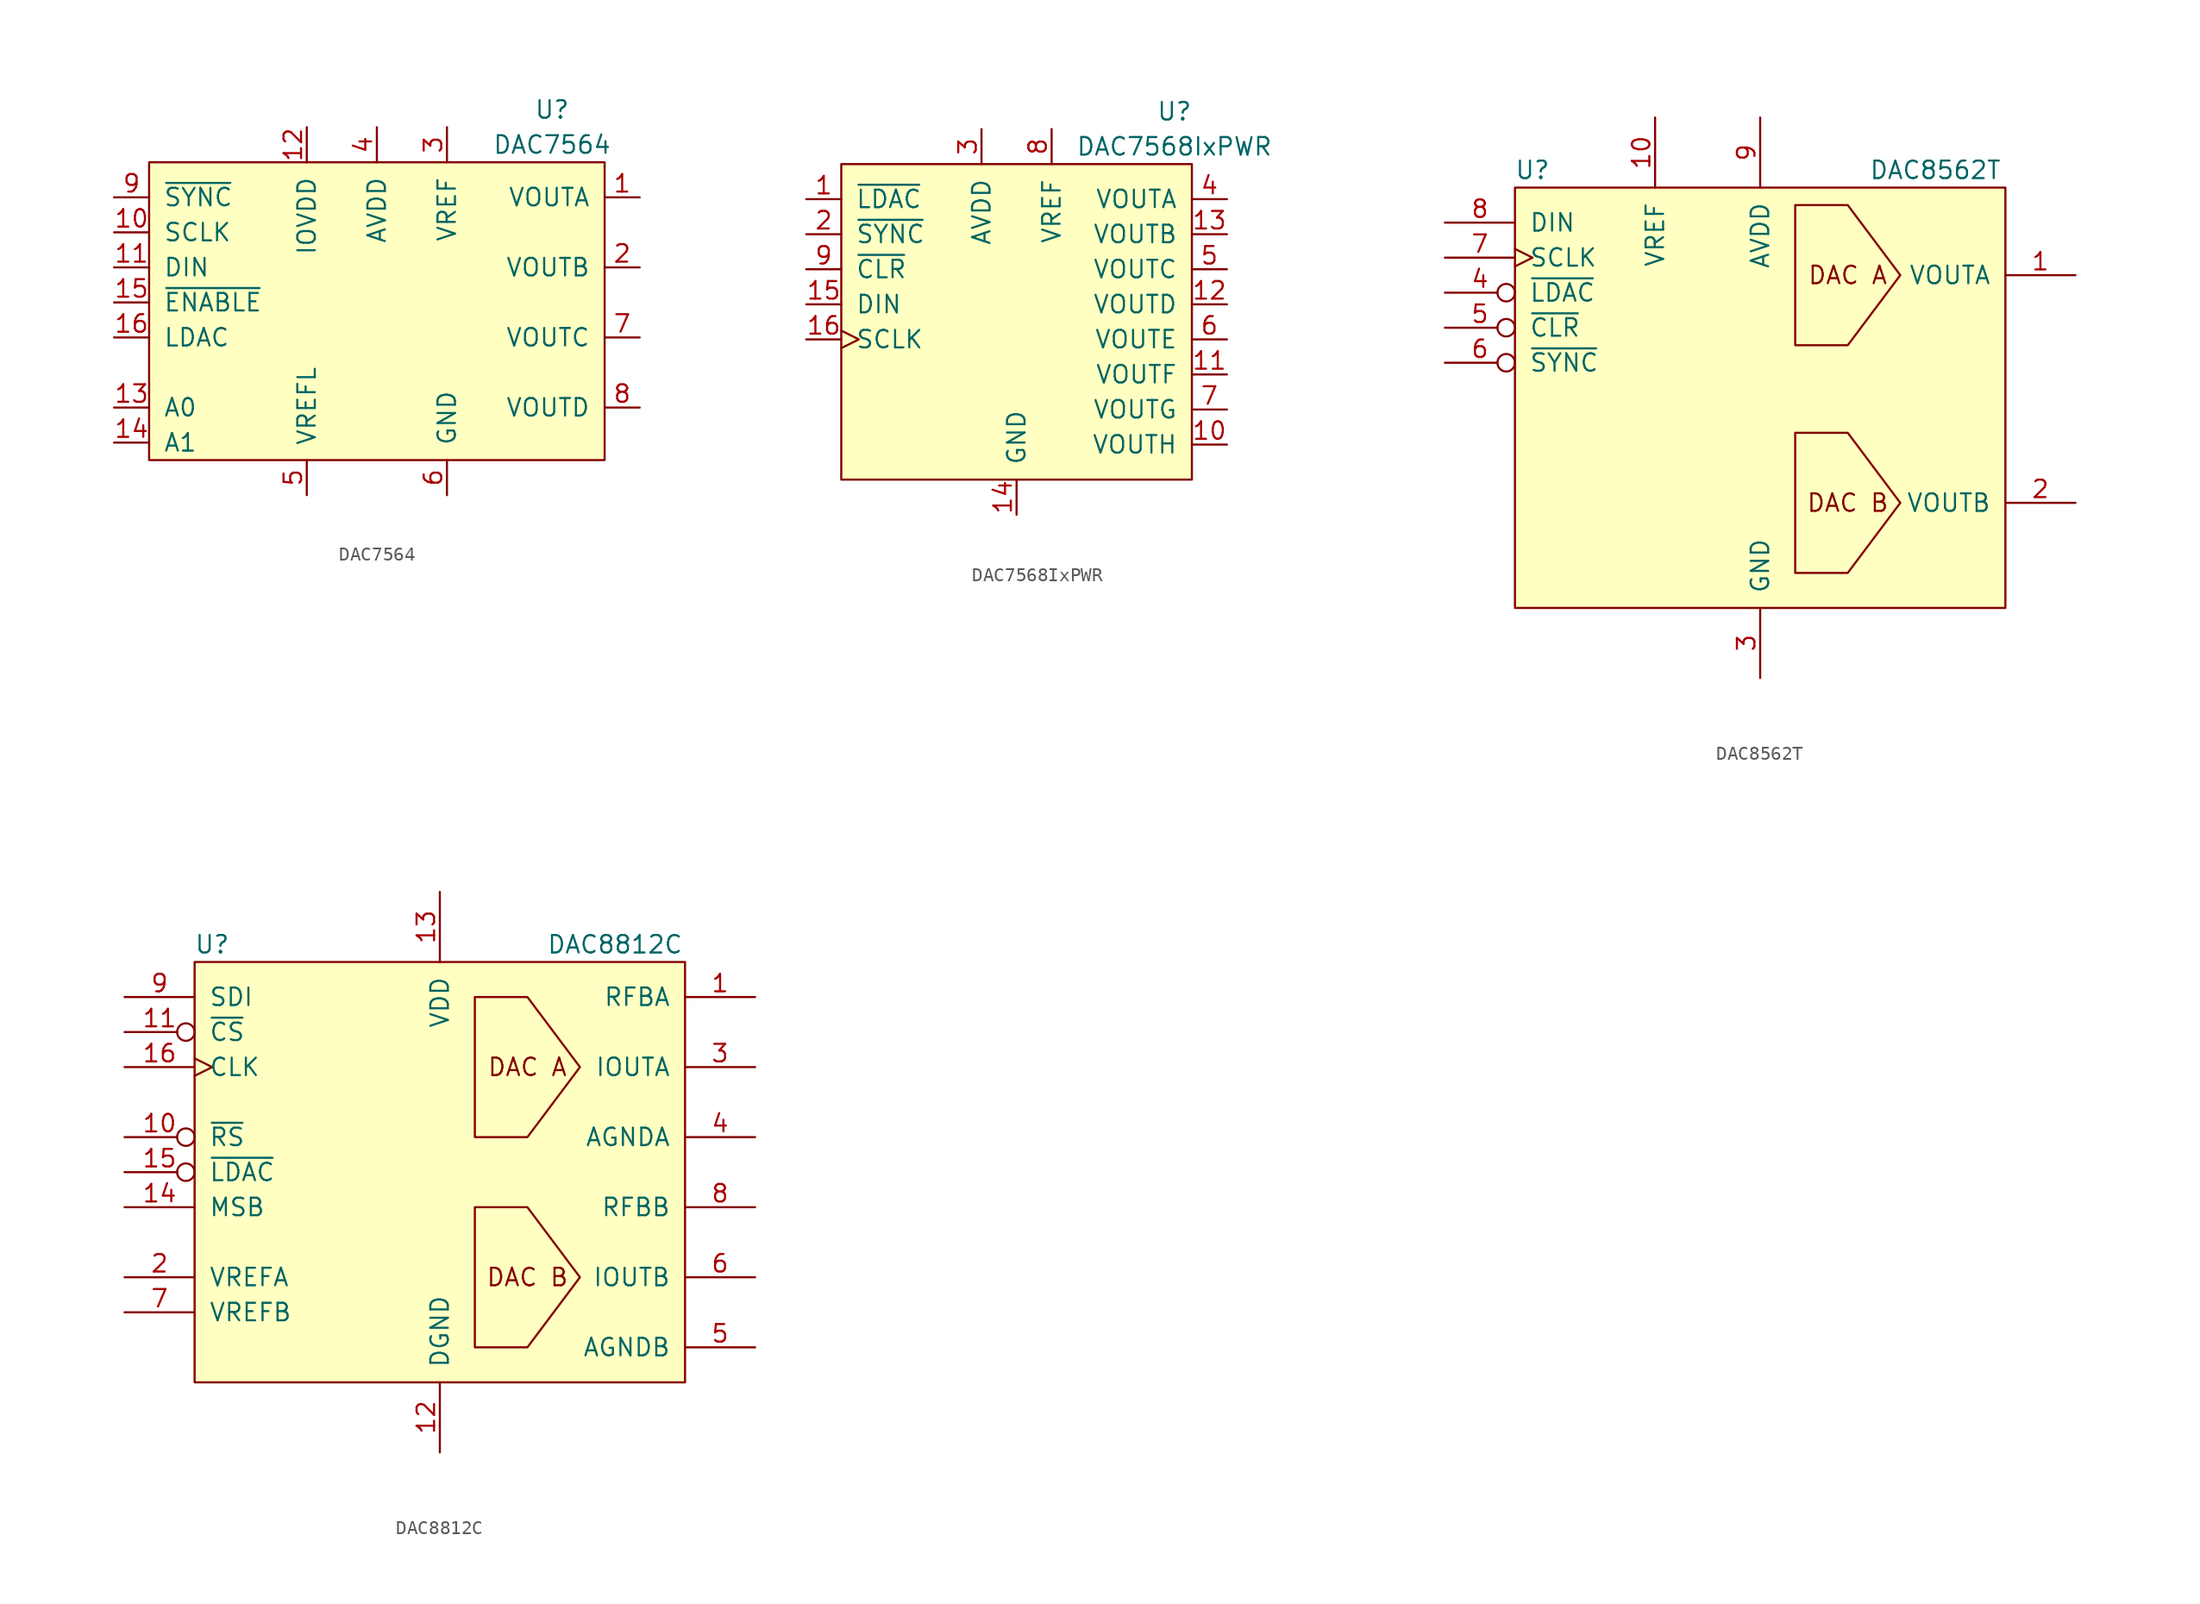
<source format=kicad_sym>
(kicad_symbol_lib
  (version 20220914)
  (generator kicad_symbol_editor)
  (symbol "DAC7564"
    (pin_names
      (offset 1.016))
    (property "Reference" "U"
      (at 12.7 15.24 0)
      (effects (font (size 1.27 1.27))))
    (property "Value" "DAC7564"
      (at 12.7 12.7 0)
      (effects (font (size 1.27 1.27))))
    (symbol "DAC7564_0_1"
      (rectangle (start -16.51 11.43) (end 16.51 -10.16) (stroke (width 0) (type default)) (fill (type background))))
    (symbol "DAC7564_1_1"
      (pin output line (at 19.05 8.89 180) (length 2.54) (name "VOUTA" (effects (font (size 1.27 1.27)))) (number "1" (effects (font (size 1.27 1.27)))))
      (pin input line (at -19.05 6.35 0) (length 2.54) (name "SCLK" (effects (font (size 1.27 1.27)))) (number "10" (effects (font (size 1.27 1.27)))))
      (pin input line (at -19.05 3.81 0) (length 2.54) (name "DIN" (effects (font (size 1.27 1.27)))) (number "11" (effects (font (size 1.27 1.27)))))
      (pin passive line (at -5.08 13.97 270) (length 2.54) (name "IOVDD" (effects (font (size 1.27 1.27)))) (number "12" (effects (font (size 1.27 1.27)))))
      (pin input line (at -19.05 -6.35 0) (length 2.54) (name "A0" (effects (font (size 1.27 1.27)))) (number "13" (effects (font (size 1.27 1.27)))))
      (pin input line (at -19.05 -8.89 0) (length 2.54) (name "A1" (effects (font (size 1.27 1.27)))) (number "14" (effects (font (size 1.27 1.27)))))
      (pin input line (at -19.05 1.27 0) (length 2.54) (name "~{ENABLE}" (effects (font (size 1.27 1.27)))) (number "15" (effects (font (size 1.27 1.27)))))
      (pin input line (at -19.05 -1.27 0) (length 2.54) (name "LDAC" (effects (font (size 1.27 1.27)))) (number "16" (effects (font (size 1.27 1.27)))))
      (pin output line (at 19.05 3.81 180) (length 2.54) (name "VOUTB" (effects (font (size 1.27 1.27)))) (number "2" (effects (font (size 1.27 1.27)))))
      (pin passive line (at 5.08 13.97 270) (length 2.54) (name "VREF" (effects (font (size 1.27 1.27)))) (number "3" (effects (font (size 1.27 1.27)))))
      (pin passive line (at 0 13.97 270) (length 2.54) (name "AVDD" (effects (font (size 1.27 1.27)))) (number "4" (effects (font (size 1.27 1.27)))))
      (pin passive line (at -5.08 -12.7 90) (length 2.54) (name "VREFL" (effects (font (size 1.27 1.27)))) (number "5" (effects (font (size 1.27 1.27)))))
      (pin passive line (at 5.08 -12.7 90) (length 2.54) (name "GND" (effects (font (size 1.27 1.27)))) (number "6" (effects (font (size 1.27 1.27)))))
      (pin output line (at 19.05 -1.27 180) (length 2.54) (name "VOUTC" (effects (font (size 1.27 1.27)))) (number "7" (effects (font (size 1.27 1.27)))))
      (pin output line (at 19.05 -6.35 180) (length 2.54) (name "VOUTD" (effects (font (size 1.27 1.27)))) (number "8" (effects (font (size 1.27 1.27)))))
      (pin input line (at -19.05 8.89 0) (length 2.54) (name "~{SYNC}" (effects (font (size 1.27 1.27)))) (number "9" (effects (font (size 1.27 1.27)))))))
  (symbol "DAC7568IxPWR"
    (pin_names
      (offset 1.016))
    (property "Reference" "U"
      (at 11.43 15.24 0)
      (effects (font (size 1.27 1.27))))
    (property "Value" "DAC7568IxPWR"
      (at 11.43 12.7 0)
      (effects (font (size 1.27 1.27))))
    (symbol "DAC7568IxPWR_0_1"
      (rectangle (start -12.7 11.43) (end 12.7 -11.43) (stroke (width 0) (type default)) (fill (type background))))
    (symbol "DAC7568IxPWR_1_1"
      (pin input line (at -15.24 8.89 0) (length 2.54) (name "~{LDAC}" (effects (font (size 1.27 1.27)))) (number "1" (effects (font (size 1.27 1.27)))))
      (pin output line (at 15.24 -8.89 180) (length 2.54) (name "VOUTH" (effects (font (size 1.27 1.27)))) (number "10" (effects (font (size 1.27 1.27)))))
      (pin output line (at 15.24 -3.81 180) (length 2.54) (name "VOUTF" (effects (font (size 1.27 1.27)))) (number "11" (effects (font (size 1.27 1.27)))))
      (pin output line (at 15.24 1.27 180) (length 2.54) (name "VOUTD" (effects (font (size 1.27 1.27)))) (number "12" (effects (font (size 1.27 1.27)))))
      (pin output line (at 15.24 6.35 180) (length 2.54) (name "VOUTB" (effects (font (size 1.27 1.27)))) (number "13" (effects (font (size 1.27 1.27)))))
      (pin passive line (at 0 -13.97 90) (length 2.54) (name "GND" (effects (font (size 1.27 1.27)))) (number "14" (effects (font (size 1.27 1.27)))))
      (pin input line (at -15.24 1.27 0) (length 2.54) (name "DIN" (effects (font (size 1.27 1.27)))) (number "15" (effects (font (size 1.27 1.27)))))
      (pin input clock (at -15.24 -1.27 0) (length 2.54) (name "SCLK" (effects (font (size 1.27 1.27)))) (number "16" (effects (font (size 1.27 1.27)))))
      (pin input line (at -15.24 6.35 0) (length 2.54) (name "~{SYNC}" (effects (font (size 1.27 1.27)))) (number "2" (effects (font (size 1.27 1.27)))))
      (pin passive line (at -2.54 13.97 270) (length 2.54) (name "AVDD" (effects (font (size 1.27 1.27)))) (number "3" (effects (font (size 1.27 1.27)))))
      (pin output line (at 15.24 8.89 180) (length 2.54) (name "VOUTA" (effects (font (size 1.27 1.27)))) (number "4" (effects (font (size 1.27 1.27)))))
      (pin output line (at 15.24 3.81 180) (length 2.54) (name "VOUTC" (effects (font (size 1.27 1.27)))) (number "5" (effects (font (size 1.27 1.27)))))
      (pin output line (at 15.24 -1.27 180) (length 2.54) (name "VOUTE" (effects (font (size 1.27 1.27)))) (number "6" (effects (font (size 1.27 1.27)))))
      (pin output line (at 15.24 -6.35 180) (length 2.54) (name "VOUTG" (effects (font (size 1.27 1.27)))) (number "7" (effects (font (size 1.27 1.27)))))
      (pin passive line (at 2.54 13.97 270) (length 2.54) (name "VREF" (effects (font (size 1.27 1.27)))) (number "8" (effects (font (size 1.27 1.27)))))
      (pin input line (at -15.24 3.81 0) (length 2.54) (name "~{CLR}" (effects (font (size 1.27 1.27)))) (number "9" (effects (font (size 1.27 1.27)))))))
  (symbol "DAC8562T"
    (pin_names
      (offset 1.016))
    (property "Reference" "U"
      (at -16.51 16.51 0)
      (effects (font (size 1.27 1.27))))
    (property "Value" "DAC8562T"
      (at 12.7 16.51 0)
      (effects (font (size 1.27 1.27))))
    (symbol "DAC8562T_1_1"
      (rectangle (start -17.78 15.24) (end 17.78 -15.24) (stroke (width 0) (type default)) (fill (type background)))
      (polyline (pts (xy 10.16 -7.62) (xy 6.35 -2.54) (xy 2.54 -2.54) (xy 2.54 -12.7) (xy 6.35 -12.7) (xy 10.16 -7.62)) (stroke (width 0) (type default)) (fill (type none)))
      (polyline (pts (xy 10.16 8.89) (xy 6.35 13.97) (xy 2.54 13.97) (xy 2.54 3.81) (xy 6.35 3.81) (xy 10.16 8.89)) (stroke (width 0) (type default)) (fill (type none)))
      (text "DAC A" (at 6.35 8.89 0) (effects (font (size 1.27 1.27))))
      (text "DAC B" (at 6.35 -7.62 0) (effects (font (size 1.27 1.27))))
      (pin output line (at 22.86 8.89 180) (length 5.08) (name "VOUTA" (effects (font (size 1.27 1.27)))) (number "1" (effects (font (size 1.27 1.27)))))
      (pin passive line (at -7.62 20.32 270) (length 5.08) (name "VREF" (effects (font (size 1.27 1.27)))) (number "10" (effects (font (size 1.27 1.27)))))
      (pin output line (at 22.86 -7.62 180) (length 5.08) (name "VOUTB" (effects (font (size 1.27 1.27)))) (number "2" (effects (font (size 1.27 1.27)))))
      (pin passive line (at 0 -20.32 90) (length 5.08) (name "GND" (effects (font (size 1.27 1.27)))) (number "3" (effects (font (size 1.27 1.27)))))
      (pin input inverted (at -22.86 7.62 0) (length 5.08) (name "~{LDAC}" (effects (font (size 1.27 1.27)))) (number "4" (effects (font (size 1.27 1.27)))))
      (pin input inverted (at -22.86 5.08 0) (length 5.08) (name "~{CLR}" (effects (font (size 1.27 1.27)))) (number "5" (effects (font (size 1.27 1.27)))))
      (pin input inverted (at -22.86 2.54 0) (length 5.08) (name "~{SYNC}" (effects (font (size 1.27 1.27)))) (number "6" (effects (font (size 1.27 1.27)))))
      (pin input clock (at -22.86 10.16 0) (length 5.08) (name "SCLK" (effects (font (size 1.27 1.27)))) (number "7" (effects (font (size 1.27 1.27)))))
      (pin input line (at -22.86 12.7 0) (length 5.08) (name "DIN" (effects (font (size 1.27 1.27)))) (number "8" (effects (font (size 1.27 1.27)))))
      (pin passive line (at 0 20.32 270) (length 5.08) (name "AVDD" (effects (font (size 1.27 1.27)))) (number "9" (effects (font (size 1.27 1.27)))))))
  (symbol "DAC8812C"
    (pin_names
      (offset 1.016))
    (property "Reference" "U"
      (at -16.51 16.51 0)
      (effects (font (size 1.27 1.27))))
    (property "Value" "DAC8812C"
      (at 12.7 16.51 0)
      (effects (font (size 1.27 1.27))))
    (symbol "DAC8812C_0_0"
      (rectangle (start -17.78 15.24) (end 17.78 -15.24) (stroke (width 0) (type default)) (fill (type background)))
      (text "DAC A" (at 6.35 7.62 0) (effects (font (size 1.27 1.27)))))
    (symbol "DAC8812C_0_1"
      (polyline (pts (xy 10.16 7.62) (xy 6.35 12.7) (xy 2.54 12.7) (xy 2.54 2.54) (xy 6.35 2.54) (xy 10.16 7.62)) (stroke (width 0) (type default)) (fill (type none))))
    (symbol "DAC8812C_1_1"
      (polyline (pts (xy 10.16 -7.62) (xy 6.35 -2.54) (xy 2.54 -2.54) (xy 2.54 -12.7) (xy 6.35 -12.7) (xy 10.16 -7.62)) (stroke (width 0) (type default)) (fill (type none)))
      (text "DAC B" (at 6.35 -7.62 0) (effects (font (size 1.27 1.27))))
      (pin input line (at 22.86 12.7 180) (length 5.08) (name "RFBA" (effects (font (size 1.27 1.27)))) (number "1" (effects (font (size 1.27 1.27)))))
      (pin input inverted (at -22.86 2.54 0) (length 5.08) (name "~{RS}" (effects (font (size 1.27 1.27)))) (number "10" (effects (font (size 1.27 1.27)))))
      (pin input inverted (at -22.86 10.16 0) (length 5.08) (name "~{CS}" (effects (font (size 1.27 1.27)))) (number "11" (effects (font (size 1.27 1.27)))))
      (pin passive line (at 0 -20.32 90) (length 5.08) (name "DGND" (effects (font (size 1.27 1.27)))) (number "12" (effects (font (size 1.27 1.27)))))
      (pin passive line (at 0 20.32 270) (length 5.08) (name "VDD" (effects (font (size 1.27 1.27)))) (number "13" (effects (font (size 1.27 1.27)))))
      (pin input line (at -22.86 -2.54 0) (length 5.08) (name "MSB" (effects (font (size 1.27 1.27)))) (number "14" (effects (font (size 1.27 1.27)))))
      (pin input inverted (at -22.86 0 0) (length 5.08) (name "~{LDAC}" (effects (font (size 1.27 1.27)))) (number "15" (effects (font (size 1.27 1.27)))))
      (pin input clock (at -22.86 7.62 0) (length 5.08) (name "CLK" (effects (font (size 1.27 1.27)))) (number "16" (effects (font (size 1.27 1.27)))))
      (pin passive line (at -22.86 -7.62 0) (length 5.08) (name "VREFA" (effects (font (size 1.27 1.27)))) (number "2" (effects (font (size 1.27 1.27)))))
      (pin input line (at 22.86 7.62 180) (length 5.08) (name "IOUTA" (effects (font (size 1.27 1.27)))) (number "3" (effects (font (size 1.27 1.27)))))
      (pin passive line (at 22.86 2.54 180) (length 5.08) (name "AGNDA" (effects (font (size 1.27 1.27)))) (number "4" (effects (font (size 1.27 1.27)))))
      (pin passive line (at 22.86 -12.7 180) (length 5.08) (name "AGNDB" (effects (font (size 1.27 1.27)))) (number "5" (effects (font (size 1.27 1.27)))))
      (pin input line (at 22.86 -7.62 180) (length 5.08) (name "IOUTB" (effects (font (size 1.27 1.27)))) (number "6" (effects (font (size 1.27 1.27)))))
      (pin passive line (at -22.86 -10.16 0) (length 5.08) (name "VREFB" (effects (font (size 1.27 1.27)))) (number "7" (effects (font (size 1.27 1.27)))))
      (pin input line (at 22.86 -2.54 180) (length 5.08) (name "RFBB" (effects (font (size 1.27 1.27)))) (number "8" (effects (font (size 1.27 1.27)))))
      (pin input line (at -22.86 12.7 0) (length 5.08) (name "SDI" (effects (font (size 1.27 1.27)))) (number "9" (effects (font (size 1.27 1.27))))))))
</source>
